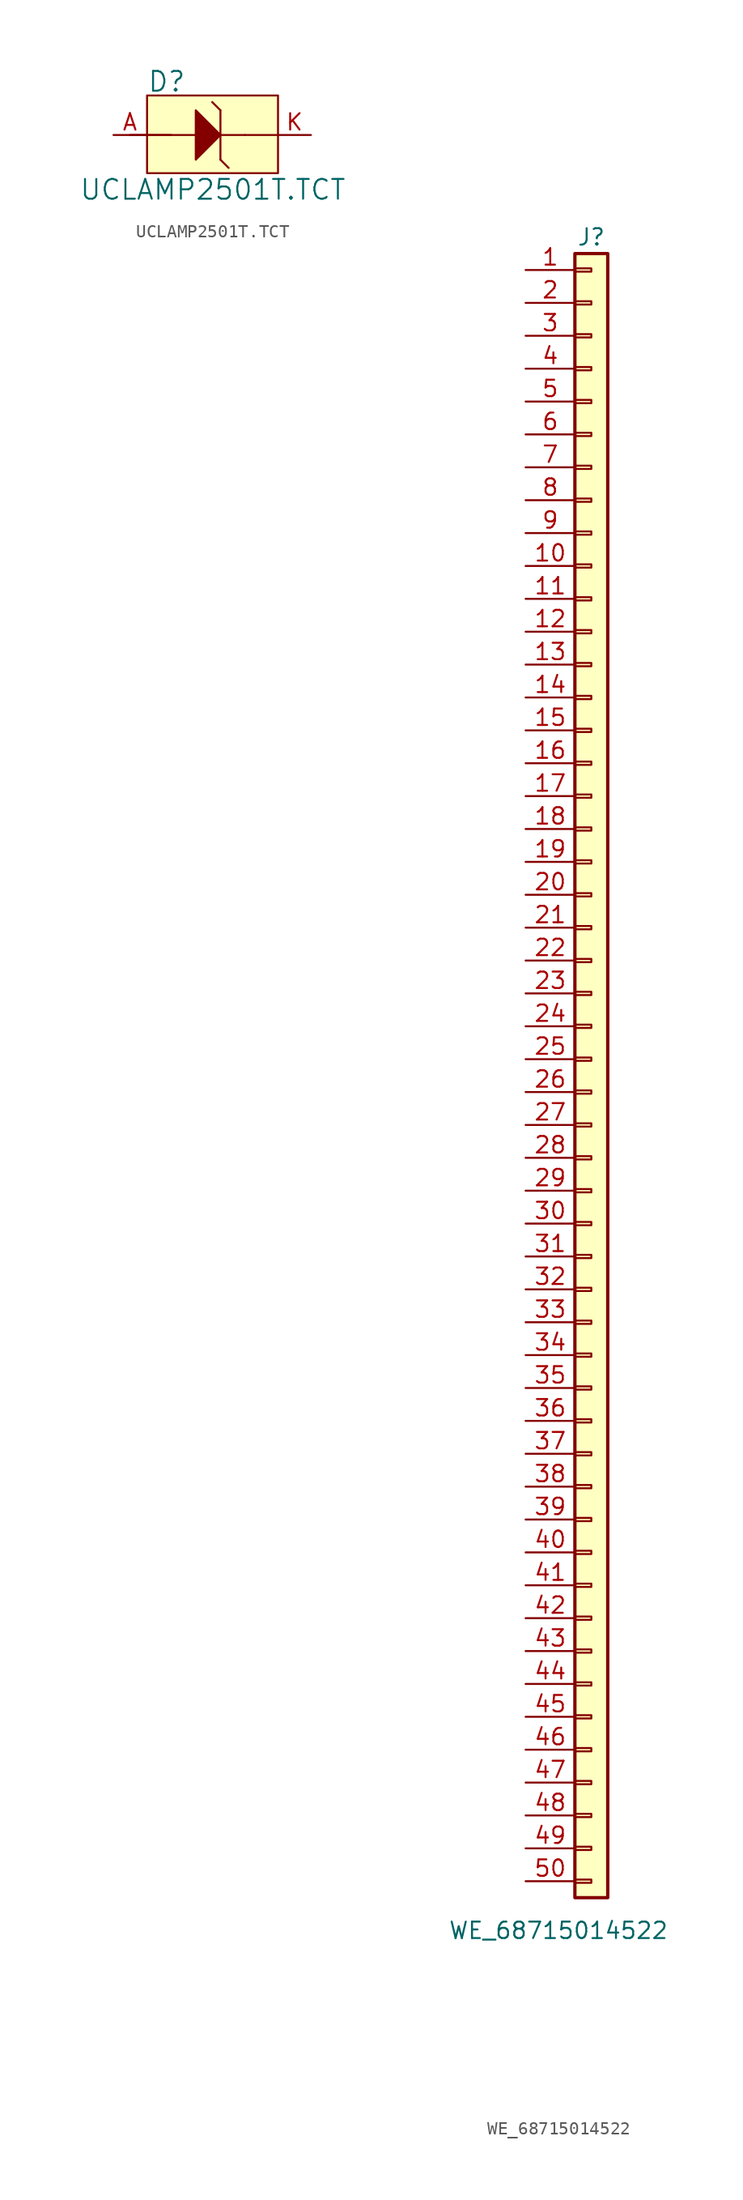
<source format=kicad_sym>
(kicad_symbol_lib
  (version 20211014)
  (generator kicad_symbol_editor)
  (symbol "UCLAMP2501T.TCT"
    (pin_names
      (offset 1.016))
    (property "Reference" "D"
      (at -5.029 4.115 0)
      (effects (font (size 1.524 1.524)) (justify left)))
    (property "Value" "UCLAMP2501T.TCT"
      (at 0.051 -4.216 0)
      (effects (font (size 1.524 1.524))))
    (symbol "UCLAMP2501T.TCT_0_1"
      (rectangle (start -5.029 3.048) (end 5.08 -2.946) (stroke (width 0) (type default) (color 0 0 0 0)) (fill (type background)))
      (polyline (pts (xy -3.175 0) (xy -6.35 0)) (stroke (width 0) (type default) (color 0 0 0 0)) (fill (type none)))
      (polyline (pts (xy 0 0) (xy -5.08 0)) (stroke (width 0) (type default) (color 0 0 0 0)) (fill (type none)))
      (polyline (pts (xy 0 0) (xy 2.54 0)) (stroke (width 0) (type default) (color 0 0 0 0)) (fill (type none)))
      (polyline (pts (xy 0.635 -1.905) (xy 1.27 -2.54)) (stroke (width 0) (type default) (color 0 0 0 0)) (fill (type none)))
      (polyline (pts (xy 0.635 1.905) (xy 0 2.54)) (stroke (width 0) (type default) (color 0 0 0 0)) (fill (type none)))
      (polyline (pts (xy 0.635 1.905) (xy 0.635 -1.905)) (stroke (width 0) (type default) (color 0 0 0 0)) (fill (type none)))
      (polyline (pts (xy 2.54 0) (xy 5.08 0)) (stroke (width 0) (type default) (color 0 0 0 0)) (fill (type none)))
      (polyline (pts (xy -1.27 1.905) (xy -1.27 -1.905) (xy 0.635 0) (xy -1.27 1.905)) (stroke (width 0) (type default) (color 0 0 0 0)) (fill (type outline))))
    (symbol "UCLAMP2501T.TCT_1_1"
      (pin passive line (at -7.62 0 0) (length 2.54) (name "~" (effects (font (size 1.27 1.27)))) (number "A" (effects (font (size 1.27 1.27)))))
      (pin passive line (at 7.62 0 180) (length 2.54) (name "~" (effects (font (size 1.27 1.27)))) (number "K" (effects (font (size 1.27 1.27)))))))
  (symbol "WE_68715014522"
    (pin_names
      (offset 1.016) hide)
    (property "Reference" "J"
      (at 0 43.18 0)
      (effects (font (size 1.27 1.27))))
    (property "Value" "WE_68715014522"
      (at -2.54 -87.63 0)
      (effects (font (size 1.27 1.27))))
    (symbol "WE_68715014522_1_1"
      (rectangle (start -1.27 -83.693) (end 0 -83.947) (stroke (width 0.152) (type default) (color 0 0 0 0)) (fill (type none)))
      (rectangle (start -1.27 -81.153) (end 0 -81.407) (stroke (width 0.152) (type default) (color 0 0 0 0)) (fill (type none)))
      (rectangle (start -1.27 -78.613) (end 0 -78.867) (stroke (width 0.152) (type default) (color 0 0 0 0)) (fill (type none)))
      (rectangle (start -1.27 -76.073) (end 0 -76.327) (stroke (width 0.152) (type default) (color 0 0 0 0)) (fill (type none)))
      (rectangle (start -1.27 -73.533) (end 0 -73.787) (stroke (width 0.152) (type default) (color 0 0 0 0)) (fill (type none)))
      (rectangle (start -1.27 -70.993) (end 0 -71.247) (stroke (width 0.152) (type default) (color 0 0 0 0)) (fill (type none)))
      (rectangle (start -1.27 -68.453) (end 0 -68.707) (stroke (width 0.152) (type default) (color 0 0 0 0)) (fill (type none)))
      (rectangle (start -1.27 -65.913) (end 0 -66.167) (stroke (width 0.152) (type default) (color 0 0 0 0)) (fill (type none)))
      (rectangle (start -1.27 -63.373) (end 0 -63.627) (stroke (width 0.152) (type default) (color 0 0 0 0)) (fill (type none)))
      (rectangle (start -1.27 -60.833) (end 0 -61.087) (stroke (width 0.152) (type default) (color 0 0 0 0)) (fill (type none)))
      (rectangle (start -1.27 -58.293) (end 0 -58.547) (stroke (width 0.152) (type default) (color 0 0 0 0)) (fill (type none)))
      (rectangle (start -1.27 -55.753) (end 0 -56.007) (stroke (width 0.152) (type default) (color 0 0 0 0)) (fill (type none)))
      (rectangle (start -1.27 -53.213) (end 0 -53.467) (stroke (width 0.152) (type default) (color 0 0 0 0)) (fill (type none)))
      (rectangle (start -1.27 -50.673) (end 0 -50.927) (stroke (width 0.152) (type default) (color 0 0 0 0)) (fill (type none)))
      (rectangle (start -1.27 -48.133) (end 0 -48.387) (stroke (width 0.152) (type default) (color 0 0 0 0)) (fill (type none)))
      (rectangle (start -1.27 -45.593) (end 0 -45.847) (stroke (width 0.152) (type default) (color 0 0 0 0)) (fill (type none)))
      (rectangle (start -1.27 -43.053) (end 0 -43.307) (stroke (width 0.152) (type default) (color 0 0 0 0)) (fill (type none)))
      (rectangle (start -1.27 -40.513) (end 0 -40.767) (stroke (width 0.152) (type default) (color 0 0 0 0)) (fill (type none)))
      (rectangle (start -1.27 -37.973) (end 0 -38.227) (stroke (width 0.152) (type default) (color 0 0 0 0)) (fill (type none)))
      (rectangle (start -1.27 -35.433) (end 0 -35.687) (stroke (width 0.152) (type default) (color 0 0 0 0)) (fill (type none)))
      (rectangle (start -1.27 -32.893) (end 0 -33.147) (stroke (width 0.152) (type default) (color 0 0 0 0)) (fill (type none)))
      (rectangle (start -1.27 -30.353) (end 0 -30.607) (stroke (width 0.152) (type default) (color 0 0 0 0)) (fill (type none)))
      (rectangle (start -1.27 -27.813) (end 0 -28.067) (stroke (width 0.152) (type default) (color 0 0 0 0)) (fill (type none)))
      (rectangle (start -1.27 -25.273) (end 0 -25.527) (stroke (width 0.152) (type default) (color 0 0 0 0)) (fill (type none)))
      (rectangle (start -1.27 -22.733) (end 0 -22.987) (stroke (width 0.152) (type default) (color 0 0 0 0)) (fill (type none)))
      (rectangle (start -1.27 -20.193) (end 0 -20.447) (stroke (width 0.152) (type default) (color 0 0 0 0)) (fill (type none)))
      (rectangle (start -1.27 -17.653) (end 0 -17.907) (stroke (width 0.152) (type default) (color 0 0 0 0)) (fill (type none)))
      (rectangle (start -1.27 -15.113) (end 0 -15.367) (stroke (width 0.152) (type default) (color 0 0 0 0)) (fill (type none)))
      (rectangle (start -1.27 -12.573) (end 0 -12.827) (stroke (width 0.152) (type default) (color 0 0 0 0)) (fill (type none)))
      (rectangle (start -1.27 -10.033) (end 0 -10.287) (stroke (width 0.152) (type default) (color 0 0 0 0)) (fill (type none)))
      (rectangle (start -1.27 -7.493) (end 0 -7.747) (stroke (width 0.152) (type default) (color 0 0 0 0)) (fill (type none)))
      (rectangle (start -1.27 -4.953) (end 0 -5.207) (stroke (width 0.152) (type default) (color 0 0 0 0)) (fill (type none)))
      (rectangle (start -1.27 -2.413) (end 0 -2.667) (stroke (width 0.152) (type default) (color 0 0 0 0)) (fill (type none)))
      (rectangle (start -1.27 0.127) (end 0 -0.127) (stroke (width 0.152) (type default) (color 0 0 0 0)) (fill (type none)))
      (rectangle (start -1.27 2.667) (end 0 2.413) (stroke (width 0.152) (type default) (color 0 0 0 0)) (fill (type none)))
      (rectangle (start -1.27 5.207) (end 0 4.953) (stroke (width 0.152) (type default) (color 0 0 0 0)) (fill (type none)))
      (rectangle (start -1.27 7.747) (end 0 7.493) (stroke (width 0.152) (type default) (color 0 0 0 0)) (fill (type none)))
      (rectangle (start -1.27 10.287) (end 0 10.033) (stroke (width 0.152) (type default) (color 0 0 0 0)) (fill (type none)))
      (rectangle (start -1.27 12.827) (end 0 12.573) (stroke (width 0.152) (type default) (color 0 0 0 0)) (fill (type none)))
      (rectangle (start -1.27 15.367) (end 0 15.113) (stroke (width 0.152) (type default) (color 0 0 0 0)) (fill (type none)))
      (rectangle (start -1.27 17.907) (end 0 17.653) (stroke (width 0.152) (type default) (color 0 0 0 0)) (fill (type none)))
      (rectangle (start -1.27 20.447) (end 0 20.193) (stroke (width 0.152) (type default) (color 0 0 0 0)) (fill (type none)))
      (rectangle (start -1.27 22.987) (end 0 22.733) (stroke (width 0.152) (type default) (color 0 0 0 0)) (fill (type none)))
      (rectangle (start -1.27 25.527) (end 0 25.273) (stroke (width 0.152) (type default) (color 0 0 0 0)) (fill (type none)))
      (rectangle (start -1.27 28.067) (end 0 27.813) (stroke (width 0.152) (type default) (color 0 0 0 0)) (fill (type none)))
      (rectangle (start -1.27 30.607) (end 0 30.353) (stroke (width 0.152) (type default) (color 0 0 0 0)) (fill (type none)))
      (rectangle (start -1.27 33.147) (end 0 32.893) (stroke (width 0.152) (type default) (color 0 0 0 0)) (fill (type none)))
      (rectangle (start -1.27 35.687) (end 0 35.433) (stroke (width 0.152) (type default) (color 0 0 0 0)) (fill (type none)))
      (rectangle (start -1.27 38.227) (end 0 37.973) (stroke (width 0.152) (type default) (color 0 0 0 0)) (fill (type none)))
      (rectangle (start -1.27 40.767) (end 0 40.513) (stroke (width 0.152) (type default) (color 0 0 0 0)) (fill (type none)))
      (rectangle (start -1.27 41.91) (end 1.27 -85.09) (stroke (width 0.254) (type default) (color 0 0 0 0)) (fill (type background)))
      (pin passive line (at -5.08 40.64 0) (length 3.81) (name "Pin_1" (effects (font (size 1.27 1.27)))) (number "1" (effects (font (size 1.27 1.27)))))
      (pin passive line (at -5.08 17.78 0) (length 3.81) (name "Pin_10" (effects (font (size 1.27 1.27)))) (number "10" (effects (font (size 1.27 1.27)))))
      (pin passive line (at -5.08 15.24 0) (length 3.81) (name "Pin_11" (effects (font (size 1.27 1.27)))) (number "11" (effects (font (size 1.27 1.27)))))
      (pin passive line (at -5.08 12.7 0) (length 3.81) (name "Pin_12" (effects (font (size 1.27 1.27)))) (number "12" (effects (font (size 1.27 1.27)))))
      (pin passive line (at -5.08 10.16 0) (length 3.81) (name "Pin_13" (effects (font (size 1.27 1.27)))) (number "13" (effects (font (size 1.27 1.27)))))
      (pin passive line (at -5.08 7.62 0) (length 3.81) (name "Pin_14" (effects (font (size 1.27 1.27)))) (number "14" (effects (font (size 1.27 1.27)))))
      (pin passive line (at -5.08 5.08 0) (length 3.81) (name "Pin_15" (effects (font (size 1.27 1.27)))) (number "15" (effects (font (size 1.27 1.27)))))
      (pin passive line (at -5.08 2.54 0) (length 3.81) (name "Pin_16" (effects (font (size 1.27 1.27)))) (number "16" (effects (font (size 1.27 1.27)))))
      (pin passive line (at -5.08 0 0) (length 3.81) (name "Pin_17" (effects (font (size 1.27 1.27)))) (number "17" (effects (font (size 1.27 1.27)))))
      (pin passive line (at -5.08 -2.54 0) (length 3.81) (name "Pin_18" (effects (font (size 1.27 1.27)))) (number "18" (effects (font (size 1.27 1.27)))))
      (pin passive line (at -5.08 -5.08 0) (length 3.81) (name "Pin_19" (effects (font (size 1.27 1.27)))) (number "19" (effects (font (size 1.27 1.27)))))
      (pin passive line (at -5.08 38.1 0) (length 3.81) (name "Pin_2" (effects (font (size 1.27 1.27)))) (number "2" (effects (font (size 1.27 1.27)))))
      (pin passive line (at -5.08 -7.62 0) (length 3.81) (name "Pin_20" (effects (font (size 1.27 1.27)))) (number "20" (effects (font (size 1.27 1.27)))))
      (pin passive line (at -5.08 -10.16 0) (length 3.81) (name "Pin_21" (effects (font (size 1.27 1.27)))) (number "21" (effects (font (size 1.27 1.27)))))
      (pin passive line (at -5.08 -12.7 0) (length 3.81) (name "Pin_22" (effects (font (size 1.27 1.27)))) (number "22" (effects (font (size 1.27 1.27)))))
      (pin passive line (at -5.08 -15.24 0) (length 3.81) (name "Pin_23" (effects (font (size 1.27 1.27)))) (number "23" (effects (font (size 1.27 1.27)))))
      (pin passive line (at -5.08 -17.78 0) (length 3.81) (name "Pin_24" (effects (font (size 1.27 1.27)))) (number "24" (effects (font (size 1.27 1.27)))))
      (pin passive line (at -5.08 -20.32 0) (length 3.81) (name "Pin_25" (effects (font (size 1.27 1.27)))) (number "25" (effects (font (size 1.27 1.27)))))
      (pin passive line (at -5.08 -22.86 0) (length 3.81) (name "Pin_26" (effects (font (size 1.27 1.27)))) (number "26" (effects (font (size 1.27 1.27)))))
      (pin passive line (at -5.08 -25.4 0) (length 3.81) (name "Pin_27" (effects (font (size 1.27 1.27)))) (number "27" (effects (font (size 1.27 1.27)))))
      (pin passive line (at -5.08 -27.94 0) (length 3.81) (name "Pin_28" (effects (font (size 1.27 1.27)))) (number "28" (effects (font (size 1.27 1.27)))))
      (pin passive line (at -5.08 -30.48 0) (length 3.81) (name "Pin_29" (effects (font (size 1.27 1.27)))) (number "29" (effects (font (size 1.27 1.27)))))
      (pin passive line (at -5.08 35.56 0) (length 3.81) (name "Pin_3" (effects (font (size 1.27 1.27)))) (number "3" (effects (font (size 1.27 1.27)))))
      (pin passive line (at -5.08 -33.02 0) (length 3.81) (name "Pin_30" (effects (font (size 1.27 1.27)))) (number "30" (effects (font (size 1.27 1.27)))))
      (pin passive line (at -5.08 -35.56 0) (length 3.81) (name "Pin_31" (effects (font (size 1.27 1.27)))) (number "31" (effects (font (size 1.27 1.27)))))
      (pin passive line (at -5.08 -38.1 0) (length 3.81) (name "Pin_32" (effects (font (size 1.27 1.27)))) (number "32" (effects (font (size 1.27 1.27)))))
      (pin passive line (at -5.08 -40.64 0) (length 3.81) (name "Pin_33" (effects (font (size 1.27 1.27)))) (number "33" (effects (font (size 1.27 1.27)))))
      (pin passive line (at -5.08 -43.18 0) (length 3.81) (name "Pin_34" (effects (font (size 1.27 1.27)))) (number "34" (effects (font (size 1.27 1.27)))))
      (pin passive line (at -5.08 -45.72 0) (length 3.81) (name "Pin_35" (effects (font (size 1.27 1.27)))) (number "35" (effects (font (size 1.27 1.27)))))
      (pin passive line (at -5.08 -48.26 0) (length 3.81) (name "Pin_36" (effects (font (size 1.27 1.27)))) (number "36" (effects (font (size 1.27 1.27)))))
      (pin passive line (at -5.08 -50.8 0) (length 3.81) (name "Pin_37" (effects (font (size 1.27 1.27)))) (number "37" (effects (font (size 1.27 1.27)))))
      (pin passive line (at -5.08 -53.34 0) (length 3.81) (name "Pin_38" (effects (font (size 1.27 1.27)))) (number "38" (effects (font (size 1.27 1.27)))))
      (pin passive line (at -5.08 -55.88 0) (length 3.81) (name "Pin_39" (effects (font (size 1.27 1.27)))) (number "39" (effects (font (size 1.27 1.27)))))
      (pin passive line (at -5.08 33.02 0) (length 3.81) (name "Pin_4" (effects (font (size 1.27 1.27)))) (number "4" (effects (font (size 1.27 1.27)))))
      (pin passive line (at -5.08 -58.42 0) (length 3.81) (name "Pin_40" (effects (font (size 1.27 1.27)))) (number "40" (effects (font (size 1.27 1.27)))))
      (pin passive line (at -5.08 -60.96 0) (length 3.81) (name "Pin_41" (effects (font (size 1.27 1.27)))) (number "41" (effects (font (size 1.27 1.27)))))
      (pin passive line (at -5.08 -63.5 0) (length 3.81) (name "Pin_42" (effects (font (size 1.27 1.27)))) (number "42" (effects (font (size 1.27 1.27)))))
      (pin passive line (at -5.08 -66.04 0) (length 3.81) (name "Pin_43" (effects (font (size 1.27 1.27)))) (number "43" (effects (font (size 1.27 1.27)))))
      (pin passive line (at -5.08 -68.58 0) (length 3.81) (name "Pin_44" (effects (font (size 1.27 1.27)))) (number "44" (effects (font (size 1.27 1.27)))))
      (pin passive line (at -5.08 -71.12 0) (length 3.81) (name "Pin_45" (effects (font (size 1.27 1.27)))) (number "45" (effects (font (size 1.27 1.27)))))
      (pin passive line (at -5.08 -73.66 0) (length 3.81) (name "Pin_46" (effects (font (size 1.27 1.27)))) (number "46" (effects (font (size 1.27 1.27)))))
      (pin passive line (at -5.08 -76.2 0) (length 3.81) (name "Pin_47" (effects (font (size 1.27 1.27)))) (number "47" (effects (font (size 1.27 1.27)))))
      (pin passive line (at -5.08 -78.74 0) (length 3.81) (name "Pin_48" (effects (font (size 1.27 1.27)))) (number "48" (effects (font (size 1.27 1.27)))))
      (pin passive line (at -5.08 -81.28 0) (length 3.81) (name "Pin_49" (effects (font (size 1.27 1.27)))) (number "49" (effects (font (size 1.27 1.27)))))
      (pin passive line (at -5.08 30.48 0) (length 3.81) (name "Pin_5" (effects (font (size 1.27 1.27)))) (number "5" (effects (font (size 1.27 1.27)))))
      (pin passive line (at -5.08 -83.82 0) (length 3.81) (name "Pin_50" (effects (font (size 1.27 1.27)))) (number "50" (effects (font (size 1.27 1.27)))))
      (pin passive line (at -5.08 27.94 0) (length 3.81) (name "Pin_6" (effects (font (size 1.27 1.27)))) (number "6" (effects (font (size 1.27 1.27)))))
      (pin passive line (at -5.08 25.4 0) (length 3.81) (name "Pin_7" (effects (font (size 1.27 1.27)))) (number "7" (effects (font (size 1.27 1.27)))))
      (pin passive line (at -5.08 22.86 0) (length 3.81) (name "Pin_8" (effects (font (size 1.27 1.27)))) (number "8" (effects (font (size 1.27 1.27)))))
      (pin passive line (at -5.08 20.32 0) (length 3.81) (name "Pin_9" (effects (font (size 1.27 1.27)))) (number "9" (effects (font (size 1.27 1.27))))))))
</source>
